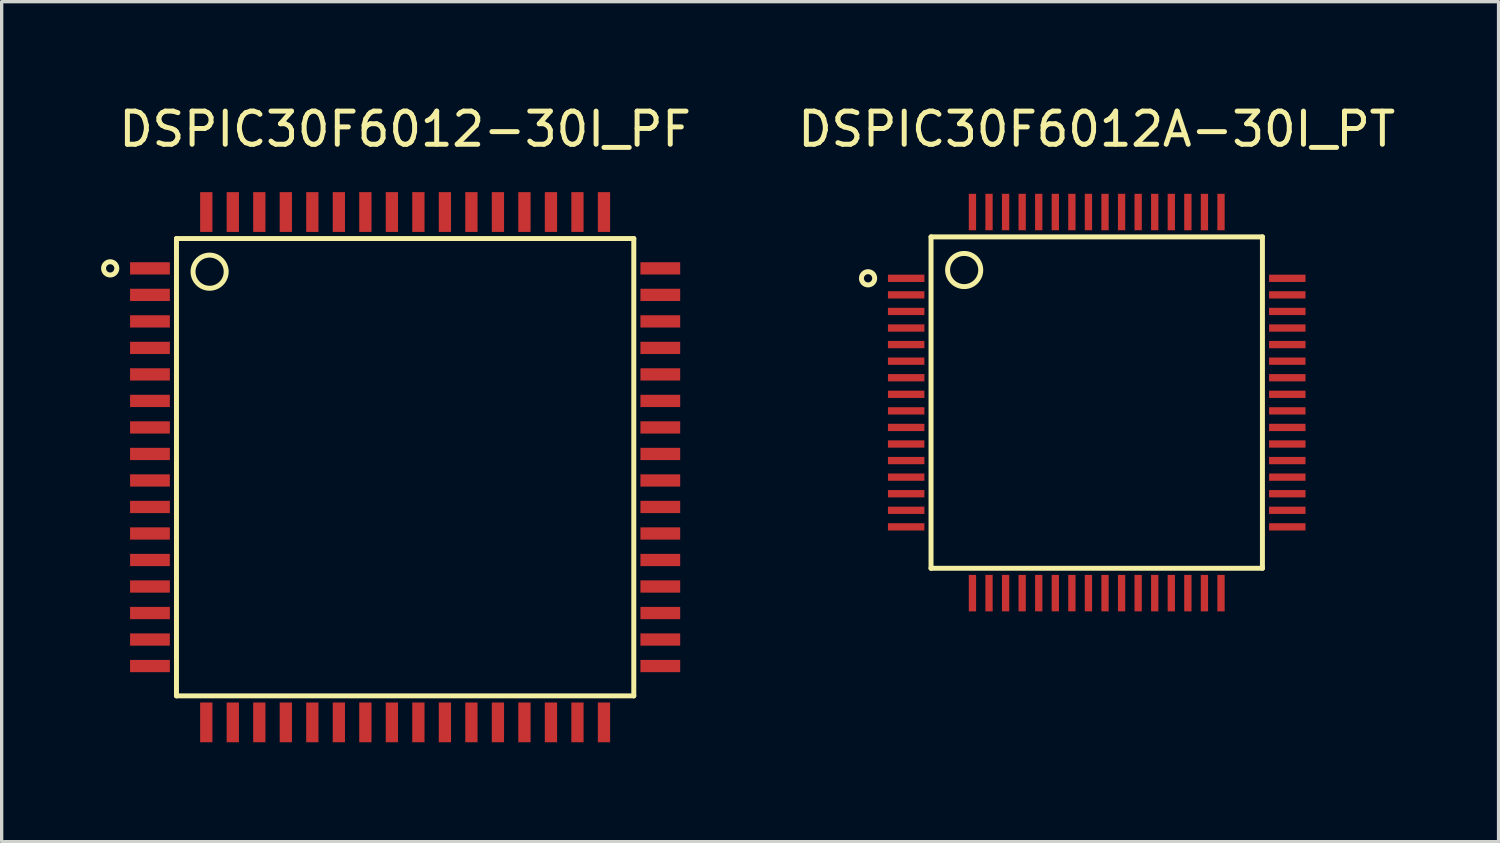
<source format=kicad_pcb>
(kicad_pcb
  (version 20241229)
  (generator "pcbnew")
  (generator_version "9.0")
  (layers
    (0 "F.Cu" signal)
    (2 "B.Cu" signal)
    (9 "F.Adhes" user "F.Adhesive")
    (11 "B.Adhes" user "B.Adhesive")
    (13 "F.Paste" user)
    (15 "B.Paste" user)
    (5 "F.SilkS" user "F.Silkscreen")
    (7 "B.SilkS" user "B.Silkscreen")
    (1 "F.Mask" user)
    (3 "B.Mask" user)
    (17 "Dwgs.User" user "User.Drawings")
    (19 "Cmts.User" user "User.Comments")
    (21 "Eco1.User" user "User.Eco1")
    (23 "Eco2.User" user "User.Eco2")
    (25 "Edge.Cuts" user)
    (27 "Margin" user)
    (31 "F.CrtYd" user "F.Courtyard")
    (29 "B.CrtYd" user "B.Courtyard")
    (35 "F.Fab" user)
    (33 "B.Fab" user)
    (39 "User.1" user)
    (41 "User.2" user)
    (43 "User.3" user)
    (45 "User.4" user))
  (footprint "DSPIC30F6012A-30I_PT"
    (layer "F.Cu")
    (at 24.294 3.348)
    (property "Reference" "DSPIC30F6012A-30I_PT" (at 5.75 -2.5 0) (layer "F.SilkS") (effects (font (size 1 1) (thickness 0.15))))
    (attr through_hole)
    (fp_line (start 0.75 0.75) (end 0.75 10.75) (stroke (width 0.15) (type solid)) (layer "F.SilkS"))
    (fp_line (start 0.75 0.75) (end 10.75 0.75) (stroke (width 0.15) (type solid)) (layer "F.SilkS"))
    (fp_line (start 0.75 10.75) (end 10.75 10.75) (stroke (width 0.15) (type solid)) (layer "F.SilkS"))
    (fp_line (start 10.75 10.75) (end 10.75 0.75) (stroke (width 0.15) (type solid)) (layer "F.SilkS"))
    (fp_circle (center -1.15 2) (end -1.15 1.8) (stroke (width 0.15) (type solid)) (fill no) (layer "F.SilkS"))
    (fp_circle (center 1.75 1.75) (end 1.75 1.25) (stroke (width 0.15) (type solid)) (fill no) (layer "F.SilkS"))
    (pad "1" smd rect (at 0 2) (size 1.1 0.22) (layers "F.Cu" "F.Mask" "F.Paste"))
    (pad "2" smd rect (at 0 2.5) (size 1.1 0.22) (layers "F.Cu" "F.Mask" "F.Paste"))
    (pad "3" smd rect (at 0 3) (size 1.1 0.22) (layers "F.Cu" "F.Mask" "F.Paste"))
    (pad "4" smd rect (at 0 3.5) (size 1.1 0.22) (layers "F.Cu" "F.Mask" "F.Paste"))
    (pad "5" smd rect (at 0 4) (size 1.1 0.22) (layers "F.Cu" "F.Mask" "F.Paste"))
    (pad "6" smd rect (at 0 4.5) (size 1.1 0.22) (layers "F.Cu" "F.Mask" "F.Paste"))
    (pad "7" smd rect (at 0 5) (size 1.1 0.22) (layers "F.Cu" "F.Mask" "F.Paste"))
    (pad "8" smd rect (at 0 5.5) (size 1.1 0.22) (layers "F.Cu" "F.Mask" "F.Paste"))
    (pad "9" smd rect (at 0 6) (size 1.1 0.22) (layers "F.Cu" "F.Mask" "F.Paste"))
    (pad "10" smd rect (at 0 6.5) (size 1.1 0.22) (layers "F.Cu" "F.Mask" "F.Paste"))
    (pad "11" smd rect (at 0 7) (size 1.1 0.22) (layers "F.Cu" "F.Mask" "F.Paste"))
    (pad "12" smd rect (at 0 7.5) (size 1.1 0.22) (layers "F.Cu" "F.Mask" "F.Paste"))
    (pad "13" smd rect (at 0 8) (size 1.1 0.22) (layers "F.Cu" "F.Mask" "F.Paste"))
    (pad "14" smd rect (at 0 8.5) (size 1.1 0.22) (layers "F.Cu" "F.Mask" "F.Paste"))
    (pad "15" smd rect (at 0 9) (size 1.1 0.22) (layers "F.Cu" "F.Mask" "F.Paste"))
    (pad "16" smd rect (at 0 9.5) (size 1.1 0.22) (layers "F.Cu" "F.Mask" "F.Paste"))
    (pad "17" smd rect (at 2 11.5) (size 0.22 1.1) (layers "F.Cu" "F.Mask" "F.Paste"))
    (pad "18" smd rect (at 2.5 11.5) (size 0.22 1.1) (layers "F.Cu" "F.Mask" "F.Paste"))
    (pad "19" smd rect (at 3 11.5) (size 0.22 1.1) (layers "F.Cu" "F.Mask" "F.Paste"))
    (pad "20" smd rect (at 3.5 11.5) (size 0.22 1.1) (layers "F.Cu" "F.Mask" "F.Paste"))
    (pad "21" smd rect (at 4 11.5) (size 0.22 1.1) (layers "F.Cu" "F.Mask" "F.Paste"))
    (pad "22" smd rect (at 4.5 11.5) (size 0.22 1.1) (layers "F.Cu" "F.Mask" "F.Paste"))
    (pad "23" smd rect (at 5 11.5) (size 0.22 1.1) (layers "F.Cu" "F.Mask" "F.Paste"))
    (pad "24" smd rect (at 5.5 11.5) (size 0.22 1.1) (layers "F.Cu" "F.Mask" "F.Paste"))
    (pad "25" smd rect (at 6 11.5) (size 0.22 1.1) (layers "F.Cu" "F.Mask" "F.Paste"))
    (pad "26" smd rect (at 6.5 11.5) (size 0.22 1.1) (layers "F.Cu" "F.Mask" "F.Paste"))
    (pad "27" smd rect (at 7 11.5) (size 0.22 1.1) (layers "F.Cu" "F.Mask" "F.Paste"))
    (pad "28" smd rect (at 7.5 11.5) (size 0.22 1.1) (layers "F.Cu" "F.Mask" "F.Paste"))
    (pad "29" smd rect (at 8 11.5) (size 0.22 1.1) (layers "F.Cu" "F.Mask" "F.Paste"))
    (pad "30" smd rect (at 8.5 11.5) (size 0.22 1.1) (layers "F.Cu" "F.Mask" "F.Paste"))
    (pad "31" smd rect (at 9 11.5) (size 0.22 1.1) (layers "F.Cu" "F.Mask" "F.Paste"))
    (pad "32" smd rect (at 9.5 11.5) (size 0.22 1.1) (layers "F.Cu" "F.Mask" "F.Paste"))
    (pad "33" smd rect (at 11.5 9.5) (size 1.1 0.22) (layers "F.Cu" "F.Mask" "F.Paste"))
    (pad "34" smd rect (at 11.5 9) (size 1.1 0.22) (layers "F.Cu" "F.Mask" "F.Paste"))
    (pad "35" smd rect (at 11.5 8.5) (size 1.1 0.22) (layers "F.Cu" "F.Mask" "F.Paste"))
    (pad "36" smd rect (at 11.5 8) (size 1.1 0.22) (layers "F.Cu" "F.Mask" "F.Paste"))
    (pad "37" smd rect (at 11.5 7.5) (size 1.1 0.22) (layers "F.Cu" "F.Mask" "F.Paste"))
    (pad "38" smd rect (at 11.5 7) (size 1.1 0.22) (layers "F.Cu" "F.Mask" "F.Paste"))
    (pad "39" smd rect (at 11.5 6.5) (size 1.1 0.22) (layers "F.Cu" "F.Mask" "F.Paste"))
    (pad "40" smd rect (at 11.5 6) (size 1.1 0.22) (layers "F.Cu" "F.Mask" "F.Paste"))
    (pad "41" smd rect (at 11.5 5.5) (size 1.1 0.22) (layers "F.Cu" "F.Mask" "F.Paste"))
    (pad "42" smd rect (at 11.5 5) (size 1.1 0.22) (layers "F.Cu" "F.Mask" "F.Paste"))
    (pad "43" smd rect (at 11.5 4.5) (size 1.1 0.22) (layers "F.Cu" "F.Mask" "F.Paste"))
    (pad "44" smd rect (at 11.5 4) (size 1.1 0.22) (layers "F.Cu" "F.Mask" "F.Paste"))
    (pad "45" smd rect (at 11.5 3.5) (size 1.1 0.22) (layers "F.Cu" "F.Mask" "F.Paste"))
    (pad "46" smd rect (at 11.5 3) (size 1.1 0.22) (layers "F.Cu" "F.Mask" "F.Paste"))
    (pad "47" smd rect (at 11.5 2.5) (size 1.1 0.22) (layers "F.Cu" "F.Mask" "F.Paste"))
    (pad "48" smd rect (at 11.5 2) (size 1.1 0.22) (layers "F.Cu" "F.Mask" "F.Paste"))
    (pad "49" smd rect (at 9.5 0) (size 0.22 1.1) (layers "F.Cu" "F.Mask" "F.Paste"))
    (pad "50" smd rect (at 9 0) (size 0.22 1.1) (layers "F.Cu" "F.Mask" "F.Paste"))
    (pad "51" smd rect (at 8.5 0) (size 0.22 1.1) (layers "F.Cu" "F.Mask" "F.Paste"))
    (pad "52" smd rect (at 8 0) (size 0.22 1.1) (layers "F.Cu" "F.Mask" "F.Paste"))
    (pad "53" smd rect (at 7.5 0) (size 0.22 1.1) (layers "F.Cu" "F.Mask" "F.Paste"))
    (pad "54" smd rect (at 7 0) (size 0.22 1.1) (layers "F.Cu" "F.Mask" "F.Paste"))
    (pad "55" smd rect (at 6.5 0) (size 0.22 1.1) (layers "F.Cu" "F.Mask" "F.Paste"))
    (pad "56" smd rect (at 6 0) (size 0.22 1.1) (layers "F.Cu" "F.Mask" "F.Paste"))
    (pad "57" smd rect (at 5.5 0) (size 0.22 1.1) (layers "F.Cu" "F.Mask" "F.Paste"))
    (pad "58" smd rect (at 5 0) (size 0.22 1.1) (layers "F.Cu" "F.Mask" "F.Paste"))
    (pad "59" smd rect (at 4.5 0) (size 0.22 1.1) (layers "F.Cu" "F.Mask" "F.Paste"))
    (pad "60" smd rect (at 4 0) (size 0.22 1.1) (layers "F.Cu" "F.Mask" "F.Paste"))
    (pad "61" smd rect (at 3.5 0) (size 0.22 1.1) (layers "F.Cu" "F.Mask" "F.Paste"))
    (pad "62" smd rect (at 3 0) (size 0.22 1.1) (layers "F.Cu" "F.Mask" "F.Paste"))
    (pad "63" smd rect (at 2.5 0) (size 0.22 1.1) (layers "F.Cu" "F.Mask" "F.Paste"))
    (pad "64" smd rect (at 2 0) (size 0.22 1.1) (layers "F.Cu" "F.Mask" "F.Paste")))
  (footprint "DSPIC30F6012-30I_PF"
    (layer "F.Cu")
    (at 1.475 3.348)
    (property "Reference" "DSPIC30F6012-30I_PF" (at 7.7 -2.5 0) (layer "F.SilkS") (effects (font (size 1 1) (thickness 0.15))))
    (attr through_hole)
    (fp_line (start 0.8 0.8) (end 0.8 14.6) (stroke (width 0.15) (type solid)) (layer "F.SilkS"))
    (fp_line (start 0.8 0.8) (end 14.6 0.8) (stroke (width 0.15) (type solid)) (layer "F.SilkS"))
    (fp_line (start 0.8 14.6) (end 14.6 14.6) (stroke (width 0.15) (type solid)) (layer "F.SilkS"))
    (fp_line (start 14.6 14.6) (end 14.6 0.8) (stroke (width 0.15) (type solid)) (layer "F.SilkS"))
    (fp_circle (center -1.2 1.7) (end -1.2 1.5) (stroke (width 0.15) (type solid)) (fill no) (layer "F.SilkS"))
    (fp_circle (center 1.8 1.8) (end 1.8 1.3) (stroke (width 0.15) (type solid)) (fill no) (layer "F.SilkS"))
    (pad "1" smd rect (at 0 1.7) (size 1.2 0.37) (layers "F.Cu" "F.Mask" "F.Paste"))
    (pad "2" smd rect (at 0 2.5) (size 1.2 0.37) (layers "F.Cu" "F.Mask" "F.Paste"))
    (pad "3" smd rect (at 0 3.3) (size 1.2 0.37) (layers "F.Cu" "F.Mask" "F.Paste"))
    (pad "4" smd rect (at 0 4.1) (size 1.2 0.37) (layers "F.Cu" "F.Mask" "F.Paste"))
    (pad "5" smd rect (at 0 4.9) (size 1.2 0.37) (layers "F.Cu" "F.Mask" "F.Paste"))
    (pad "6" smd rect (at 0 5.7) (size 1.2 0.37) (layers "F.Cu" "F.Mask" "F.Paste"))
    (pad "7" smd rect (at 0 6.5) (size 1.2 0.37) (layers "F.Cu" "F.Mask" "F.Paste"))
    (pad "8" smd rect (at 0 7.3) (size 1.2 0.37) (layers "F.Cu" "F.Mask" "F.Paste"))
    (pad "9" smd rect (at 0 8.1) (size 1.2 0.37) (layers "F.Cu" "F.Mask" "F.Paste"))
    (pad "10" smd rect (at 0 8.9) (size 1.2 0.37) (layers "F.Cu" "F.Mask" "F.Paste"))
    (pad "11" smd rect (at 0 9.7) (size 1.2 0.37) (layers "F.Cu" "F.Mask" "F.Paste"))
    (pad "12" smd rect (at 0 10.5) (size 1.2 0.37) (layers "F.Cu" "F.Mask" "F.Paste"))
    (pad "13" smd rect (at 0 11.3) (size 1.2 0.37) (layers "F.Cu" "F.Mask" "F.Paste"))
    (pad "14" smd rect (at 0 12.1) (size 1.2 0.37) (layers "F.Cu" "F.Mask" "F.Paste"))
    (pad "15" smd rect (at 0 12.9) (size 1.2 0.37) (layers "F.Cu" "F.Mask" "F.Paste"))
    (pad "16" smd rect (at 0 13.7) (size 1.2 0.37) (layers "F.Cu" "F.Mask" "F.Paste"))
    (pad "17" smd rect (at 1.7 15.4) (size 0.37 1.2) (layers "F.Cu" "F.Mask" "F.Paste"))
    (pad "18" smd rect (at 2.5 15.4) (size 0.37 1.2) (layers "F.Cu" "F.Mask" "F.Paste"))
    (pad "19" smd rect (at 3.3 15.4) (size 0.37 1.2) (layers "F.Cu" "F.Mask" "F.Paste"))
    (pad "20" smd rect (at 4.1 15.4) (size 0.37 1.2) (layers "F.Cu" "F.Mask" "F.Paste"))
    (pad "21" smd rect (at 4.9 15.4) (size 0.37 1.2) (layers "F.Cu" "F.Mask" "F.Paste"))
    (pad "22" smd rect (at 5.7 15.4) (size 0.37 1.2) (layers "F.Cu" "F.Mask" "F.Paste"))
    (pad "23" smd rect (at 6.5 15.4) (size 0.37 1.2) (layers "F.Cu" "F.Mask" "F.Paste"))
    (pad "24" smd rect (at 7.3 15.4) (size 0.37 1.2) (layers "F.Cu" "F.Mask" "F.Paste"))
    (pad "25" smd rect (at 8.1 15.4) (size 0.37 1.2) (layers "F.Cu" "F.Mask" "F.Paste"))
    (pad "26" smd rect (at 8.9 15.4) (size 0.37 1.2) (layers "F.Cu" "F.Mask" "F.Paste"))
    (pad "27" smd rect (at 9.7 15.4) (size 0.37 1.2) (layers "F.Cu" "F.Mask" "F.Paste"))
    (pad "28" smd rect (at 10.5 15.4) (size 0.37 1.2) (layers "F.Cu" "F.Mask" "F.Paste"))
    (pad "29" smd rect (at 11.3 15.4) (size 0.37 1.2) (layers "F.Cu" "F.Mask" "F.Paste"))
    (pad "30" smd rect (at 12.1 15.4) (size 0.37 1.2) (layers "F.Cu" "F.Mask" "F.Paste"))
    (pad "31" smd rect (at 12.9 15.4) (size 0.37 1.2) (layers "F.Cu" "F.Mask" "F.Paste"))
    (pad "32" smd rect (at 13.7 15.4) (size 0.37 1.2) (layers "F.Cu" "F.Mask" "F.Paste"))
    (pad "33" smd rect (at 15.4 13.7) (size 1.2 0.37) (layers "F.Cu" "F.Mask" "F.Paste"))
    (pad "34" smd rect (at 15.4 12.9) (size 1.2 0.37) (layers "F.Cu" "F.Mask" "F.Paste"))
    (pad "35" smd rect (at 15.4 12.1) (size 1.2 0.37) (layers "F.Cu" "F.Mask" "F.Paste"))
    (pad "36" smd rect (at 15.4 11.3) (size 1.2 0.37) (layers "F.Cu" "F.Mask" "F.Paste"))
    (pad "37" smd rect (at 15.4 10.5) (size 1.2 0.37) (layers "F.Cu" "F.Mask" "F.Paste"))
    (pad "38" smd rect (at 15.4 9.7) (size 1.2 0.37) (layers "F.Cu" "F.Mask" "F.Paste"))
    (pad "39" smd rect (at 15.4 8.9) (size 1.2 0.37) (layers "F.Cu" "F.Mask" "F.Paste"))
    (pad "40" smd rect (at 15.4 8.1) (size 1.2 0.37) (layers "F.Cu" "F.Mask" "F.Paste"))
    (pad "41" smd rect (at 15.4 7.3) (size 1.2 0.37) (layers "F.Cu" "F.Mask" "F.Paste"))
    (pad "42" smd rect (at 15.4 6.5) (size 1.2 0.37) (layers "F.Cu" "F.Mask" "F.Paste"))
    (pad "43" smd rect (at 15.4 5.7) (size 1.2 0.37) (layers "F.Cu" "F.Mask" "F.Paste"))
    (pad "44" smd rect (at 15.4 4.9) (size 1.2 0.37) (layers "F.Cu" "F.Mask" "F.Paste"))
    (pad "45" smd rect (at 15.4 4.1) (size 1.2 0.37) (layers "F.Cu" "F.Mask" "F.Paste"))
    (pad "46" smd rect (at 15.4 3.3) (size 1.2 0.37) (layers "F.Cu" "F.Mask" "F.Paste"))
    (pad "47" smd rect (at 15.4 2.5) (size 1.2 0.37) (layers "F.Cu" "F.Mask" "F.Paste"))
    (pad "48" smd rect (at 15.4 1.7) (size 1.2 0.37) (layers "F.Cu" "F.Mask" "F.Paste"))
    (pad "49" smd rect (at 13.7 0) (size 0.37 1.2) (layers "F.Cu" "F.Mask" "F.Paste"))
    (pad "50" smd rect (at 12.9 0) (size 0.37 1.2) (layers "F.Cu" "F.Mask" "F.Paste"))
    (pad "51" smd rect (at 12.1 0) (size 0.37 1.2) (layers "F.Cu" "F.Mask" "F.Paste"))
    (pad "52" smd rect (at 11.3 0) (size 0.37 1.2) (layers "F.Cu" "F.Mask" "F.Paste"))
    (pad "53" smd rect (at 10.5 0) (size 0.37 1.2) (layers "F.Cu" "F.Mask" "F.Paste"))
    (pad "54" smd rect (at 9.7 0) (size 0.37 1.2) (layers "F.Cu" "F.Mask" "F.Paste"))
    (pad "55" smd rect (at 8.9 0) (size 0.37 1.2) (layers "F.Cu" "F.Mask" "F.Paste"))
    (pad "56" smd rect (at 8.1 0) (size 0.37 1.2) (layers "F.Cu" "F.Mask" "F.Paste"))
    (pad "57" smd rect (at 7.3 0) (size 0.37 1.2) (layers "F.Cu" "F.Mask" "F.Paste"))
    (pad "58" smd rect (at 6.5 0) (size 0.37 1.2) (layers "F.Cu" "F.Mask" "F.Paste"))
    (pad "59" smd rect (at 5.7 0) (size 0.37 1.2) (layers "F.Cu" "F.Mask" "F.Paste"))
    (pad "60" smd rect (at 4.9 0) (size 0.37 1.2) (layers "F.Cu" "F.Mask" "F.Paste"))
    (pad "61" smd rect (at 4.1 0) (size 0.37 1.2) (layers "F.Cu" "F.Mask" "F.Paste"))
    (pad "62" smd rect (at 3.3 0) (size 0.37 1.2) (layers "F.Cu" "F.Mask" "F.Paste"))
    (pad "63" smd rect (at 2.5 0) (size 0.37 1.2) (layers "F.Cu" "F.Mask" "F.Paste"))
    (pad "64" smd rect (at 1.7 0) (size 0.37 1.2) (layers "F.Cu" "F.Mask" "F.Paste")))
  (gr_rect
    (start -3 -3)
    (end 42.169 22.348)
    (stroke (width 0.1) (type default))
    (fill no)
    (layer "Edge.Cuts")))
</source>
